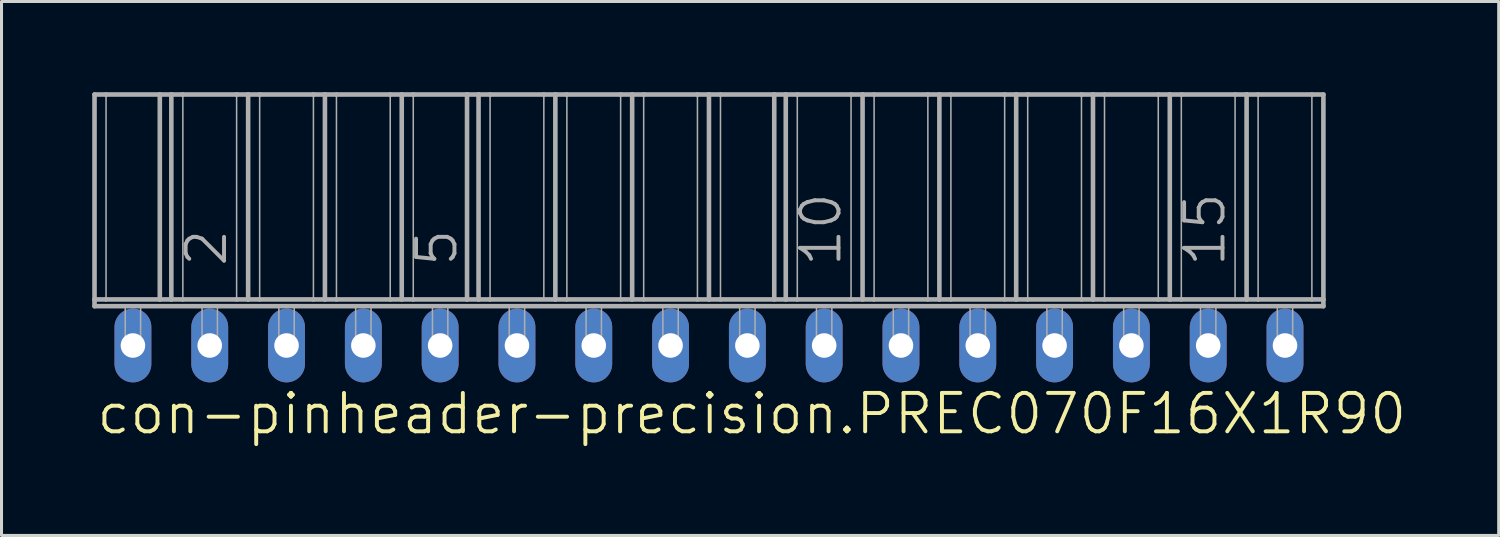
<source format=kicad_pcb>
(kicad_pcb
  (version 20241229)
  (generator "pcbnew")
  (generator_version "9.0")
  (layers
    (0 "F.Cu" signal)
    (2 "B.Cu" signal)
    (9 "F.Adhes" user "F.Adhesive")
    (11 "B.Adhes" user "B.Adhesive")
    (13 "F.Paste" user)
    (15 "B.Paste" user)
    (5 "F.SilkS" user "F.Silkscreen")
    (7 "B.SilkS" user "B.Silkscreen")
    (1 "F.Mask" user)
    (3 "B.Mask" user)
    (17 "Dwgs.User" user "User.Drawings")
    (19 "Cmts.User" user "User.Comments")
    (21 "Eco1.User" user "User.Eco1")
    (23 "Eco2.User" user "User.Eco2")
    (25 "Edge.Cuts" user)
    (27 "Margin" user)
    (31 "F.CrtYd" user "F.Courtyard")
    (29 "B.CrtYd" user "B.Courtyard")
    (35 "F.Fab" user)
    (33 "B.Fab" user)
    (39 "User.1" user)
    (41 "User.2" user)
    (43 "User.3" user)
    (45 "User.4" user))
  (footprint "con-pinheader-precision.PREC070F16X1R90"
    (layer "F.Cu")
    (at 20.396 8.376)
    (property "Reference" "con-pinheader-precision.PREC070F16X1R90" (at -20.32 3 0) (layer "F.SilkS") (effects (font (size 1.27 1.27) (thickness 0.13)) (justify left bottom)))
    (attr through_hole)
    (fp_line (start -20.32 -8.3) (end -20.32 -1.524) (stroke (width 0.152) (type default)) (layer "F.Fab"))
    (fp_line (start -20.32 -8.3) (end -19.939 -8.3) (stroke (width 0.152) (type default)) (layer "F.Fab"))
    (fp_line (start -20.32 -1.524) (end -19.939 -1.524) (stroke (width 0.152) (type default)) (layer "F.Fab"))
    (fp_line (start -20.32 -1.3) (end -20.32 -1.524) (stroke (width 0.152) (type default)) (layer "F.Fab"))
    (fp_line (start -20.32 -1.3) (end 20.32 -1.3) (stroke (width 0.152) (type default)) (layer "F.Fab"))
    (fp_line (start -19.939 -8.3) (end -19.939 -1.524) (stroke (width 0.051) (type default)) (layer "F.Fab"))
    (fp_line (start -19.939 -8.3) (end -18.161 -8.3) (stroke (width 0.152) (type default)) (layer "F.Fab"))
    (fp_line (start -19.939 -1.524) (end -18.161 -1.524) (stroke (width 0.152) (type default)) (layer "F.Fab"))
    (fp_line (start -18.161 -8.3) (end -18.161 -1.524) (stroke (width 0.152) (type default)) (layer "F.Fab"))
    (fp_line (start -18.161 -8.3) (end -17.78 -8.3) (stroke (width 0.152) (type default)) (layer "F.Fab"))
    (fp_line (start -18.161 -1.524) (end -17.78 -1.524) (stroke (width 0.152) (type default)) (layer "F.Fab"))
    (fp_line (start -17.78 -8.3) (end -17.78 -1.524) (stroke (width 0.152) (type default)) (layer "F.Fab"))
    (fp_line (start -17.78 -8.3) (end -17.399 -8.3) (stroke (width 0.152) (type default)) (layer "F.Fab"))
    (fp_line (start -17.78 -1.524) (end -17.399 -1.524) (stroke (width 0.152) (type default)) (layer "F.Fab"))
    (fp_line (start -17.399 -8.3) (end -17.399 -1.524) (stroke (width 0.051) (type default)) (layer "F.Fab"))
    (fp_line (start -17.399 -8.3) (end -15.621 -8.3) (stroke (width 0.152) (type default)) (layer "F.Fab"))
    (fp_line (start -17.399 -1.524) (end -15.621 -1.524) (stroke (width 0.152) (type default)) (layer "F.Fab"))
    (fp_line (start -15.621 -8.3) (end -15.621 -1.524) (stroke (width 0.051) (type default)) (layer "F.Fab"))
    (fp_line (start -15.621 -8.3) (end -15.24 -8.3) (stroke (width 0.152) (type default)) (layer "F.Fab"))
    (fp_line (start -15.621 -1.524) (end -15.24 -1.524) (stroke (width 0.152) (type default)) (layer "F.Fab"))
    (fp_line (start -15.24 -8.3) (end -15.24 -1.524) (stroke (width 0.152) (type default)) (layer "F.Fab"))
    (fp_line (start -15.24 -8.3) (end -14.859 -8.3) (stroke (width 0.152) (type default)) (layer "F.Fab"))
    (fp_line (start -15.24 -1.524) (end -14.859 -1.524) (stroke (width 0.152) (type default)) (layer "F.Fab"))
    (fp_line (start -14.859 -8.3) (end -14.859 -1.524) (stroke (width 0.051) (type default)) (layer "F.Fab"))
    (fp_line (start -14.859 -8.3) (end -13.081 -8.3) (stroke (width 0.152) (type default)) (layer "F.Fab"))
    (fp_line (start -14.859 -1.524) (end -13.081 -1.524) (stroke (width 0.152) (type default)) (layer "F.Fab"))
    (fp_line (start -13.081 -8.3) (end -13.081 -1.524) (stroke (width 0.051) (type default)) (layer "F.Fab"))
    (fp_line (start -13.081 -8.3) (end -12.7 -8.3) (stroke (width 0.152) (type default)) (layer "F.Fab"))
    (fp_line (start -13.081 -1.524) (end -12.7 -1.524) (stroke (width 0.152) (type default)) (layer "F.Fab"))
    (fp_line (start -12.7 -8.3) (end -12.7 -1.524) (stroke (width 0.152) (type default)) (layer "F.Fab"))
    (fp_line (start -12.7 -8.3) (end -12.319 -8.3) (stroke (width 0.152) (type default)) (layer "F.Fab"))
    (fp_line (start -12.7 -1.524) (end -12.319 -1.524) (stroke (width 0.152) (type default)) (layer "F.Fab"))
    (fp_line (start -12.319 -8.3) (end -12.319 -1.524) (stroke (width 0.051) (type default)) (layer "F.Fab"))
    (fp_line (start -12.319 -8.3) (end -10.541 -8.3) (stroke (width 0.152) (type default)) (layer "F.Fab"))
    (fp_line (start -12.319 -1.524) (end -10.541 -1.524) (stroke (width 0.152) (type default)) (layer "F.Fab"))
    (fp_line (start -10.541 -8.3) (end -10.541 -1.524) (stroke (width 0.051) (type default)) (layer "F.Fab"))
    (fp_line (start -10.541 -8.3) (end -10.16 -8.3) (stroke (width 0.152) (type default)) (layer "F.Fab"))
    (fp_line (start -10.541 -1.524) (end -10.16 -1.524) (stroke (width 0.152) (type default)) (layer "F.Fab"))
    (fp_line (start -10.16 -8.3) (end -10.16 -1.524) (stroke (width 0.152) (type default)) (layer "F.Fab"))
    (fp_line (start -10.16 -8.3) (end -9.779 -8.3) (stroke (width 0.152) (type default)) (layer "F.Fab"))
    (fp_line (start -10.16 -1.524) (end -9.779 -1.524) (stroke (width 0.152) (type default)) (layer "F.Fab"))
    (fp_line (start -9.779 -8.3) (end -9.779 -1.524) (stroke (width 0.051) (type default)) (layer "F.Fab"))
    (fp_line (start -9.779 -8.3) (end -8.001 -8.3) (stroke (width 0.152) (type default)) (layer "F.Fab"))
    (fp_line (start -9.779 -1.524) (end -8.001 -1.524) (stroke (width 0.152) (type default)) (layer "F.Fab"))
    (fp_line (start -8.001 -8.3) (end -8.001 -1.524) (stroke (width 0.152) (type default)) (layer "F.Fab"))
    (fp_line (start -8.001 -8.3) (end -7.62 -8.3) (stroke (width 0.152) (type default)) (layer "F.Fab"))
    (fp_line (start -8.001 -1.524) (end -7.62 -1.524) (stroke (width 0.152) (type default)) (layer "F.Fab"))
    (fp_line (start -7.62 -8.3) (end -7.62 -1.524) (stroke (width 0.152) (type default)) (layer "F.Fab"))
    (fp_line (start -7.62 -8.3) (end -7.239 -8.3) (stroke (width 0.152) (type default)) (layer "F.Fab"))
    (fp_line (start -7.62 -1.524) (end -7.239 -1.524) (stroke (width 0.152) (type default)) (layer "F.Fab"))
    (fp_line (start -7.239 -8.3) (end -7.239 -1.524) (stroke (width 0.051) (type default)) (layer "F.Fab"))
    (fp_line (start -7.239 -8.3) (end -5.461 -8.3) (stroke (width 0.152) (type default)) (layer "F.Fab"))
    (fp_line (start -7.239 -1.524) (end -5.08 -1.524) (stroke (width 0.152) (type default)) (layer "F.Fab"))
    (fp_line (start -5.461 -8.3) (end -5.461 -1.524) (stroke (width 0.051) (type default)) (layer "F.Fab"))
    (fp_line (start -5.461 -8.3) (end -5.08 -8.3) (stroke (width 0.152) (type default)) (layer "F.Fab"))
    (fp_line (start -5.08 -8.3) (end -5.08 -1.524) (stroke (width 0.152) (type default)) (layer "F.Fab"))
    (fp_line (start -5.08 -8.3) (end -4.699 -8.3) (stroke (width 0.152) (type default)) (layer "F.Fab"))
    (fp_line (start -5.08 -1.524) (end -4.699 -1.524) (stroke (width 0.152) (type default)) (layer "F.Fab"))
    (fp_line (start -4.699 -8.3) (end -4.699 -1.524) (stroke (width 0.051) (type default)) (layer "F.Fab"))
    (fp_line (start -4.699 -8.3) (end -2.921 -8.3) (stroke (width 0.152) (type default)) (layer "F.Fab"))
    (fp_line (start -4.699 -1.524) (end -2.921 -1.524) (stroke (width 0.152) (type default)) (layer "F.Fab"))
    (fp_line (start -2.921 -8.3) (end -2.921 -1.524) (stroke (width 0.051) (type default)) (layer "F.Fab"))
    (fp_line (start -2.921 -8.3) (end -2.54 -8.3) (stroke (width 0.152) (type default)) (layer "F.Fab"))
    (fp_line (start -2.921 -1.524) (end -2.54 -1.524) (stroke (width 0.152) (type default)) (layer "F.Fab"))
    (fp_line (start -2.54 -8.3) (end -2.159 -8.3) (stroke (width 0.152) (type default)) (layer "F.Fab"))
    (fp_line (start -2.54 -1.524) (end -2.54 -8.3) (stroke (width 0.152) (type default)) (layer "F.Fab"))
    (fp_line (start -2.54 -1.524) (end -2.159 -1.524) (stroke (width 0.152) (type default)) (layer "F.Fab"))
    (fp_line (start -2.159 -8.3) (end -2.159 -1.524) (stroke (width 0.051) (type default)) (layer "F.Fab"))
    (fp_line (start -2.159 -8.3) (end -0.381 -8.3) (stroke (width 0.152) (type default)) (layer "F.Fab"))
    (fp_line (start -2.159 -1.524) (end -0.381 -1.524) (stroke (width 0.152) (type default)) (layer "F.Fab"))
    (fp_line (start -0.381 -8.3) (end -0.381 -1.524) (stroke (width 0.051) (type default)) (layer "F.Fab"))
    (fp_line (start -0.381 -8.3) (end 0 -8.3) (stroke (width 0.152) (type default)) (layer "F.Fab"))
    (fp_line (start -0.381 -1.524) (end 0 -1.524) (stroke (width 0.152) (type default)) (layer "F.Fab"))
    (fp_line (start 0 -8.3) (end 0 -1.524) (stroke (width 0.152) (type default)) (layer "F.Fab"))
    (fp_line (start 0 -8.3) (end 0.381 -8.3) (stroke (width 0.152) (type default)) (layer "F.Fab"))
    (fp_line (start 0 -1.524) (end 0.381 -1.524) (stroke (width 0.152) (type default)) (layer "F.Fab"))
    (fp_line (start 0.381 -8.3) (end 0.381 -1.524) (stroke (width 0.051) (type default)) (layer "F.Fab"))
    (fp_line (start 0.381 -8.3) (end 2.159 -8.3) (stroke (width 0.152) (type default)) (layer "F.Fab"))
    (fp_line (start 0.381 -1.524) (end 2.159 -1.524) (stroke (width 0.152) (type default)) (layer "F.Fab"))
    (fp_line (start 2.159 -8.3) (end 2.159 -1.524) (stroke (width 0.152) (type default)) (layer "F.Fab"))
    (fp_line (start 2.159 -8.3) (end 2.54 -8.3) (stroke (width 0.152) (type default)) (layer "F.Fab"))
    (fp_line (start 2.159 -1.524) (end 2.54 -1.524) (stroke (width 0.152) (type default)) (layer "F.Fab"))
    (fp_line (start 2.54 -8.3) (end 2.54 -1.524) (stroke (width 0.152) (type default)) (layer "F.Fab"))
    (fp_line (start 2.54 -8.3) (end 2.921 -8.3) (stroke (width 0.152) (type default)) (layer "F.Fab"))
    (fp_line (start 2.54 -1.524) (end 2.921 -1.524) (stroke (width 0.152) (type default)) (layer "F.Fab"))
    (fp_line (start 2.921 -8.3) (end 2.921 -1.524) (stroke (width 0.051) (type default)) (layer "F.Fab"))
    (fp_line (start 2.921 -8.3) (end 4.699 -8.3) (stroke (width 0.152) (type default)) (layer "F.Fab"))
    (fp_line (start 2.921 -1.524) (end 4.699 -1.524) (stroke (width 0.152) (type default)) (layer "F.Fab"))
    (fp_line (start 4.699 -8.3) (end 4.699 -1.524) (stroke (width 0.051) (type default)) (layer "F.Fab"))
    (fp_line (start 4.699 -8.3) (end 5.08 -8.3) (stroke (width 0.152) (type default)) (layer "F.Fab"))
    (fp_line (start 4.699 -1.524) (end 5.08 -1.524) (stroke (width 0.152) (type default)) (layer "F.Fab"))
    (fp_line (start 5.08 -8.3) (end 5.08 -1.524) (stroke (width 0.152) (type default)) (layer "F.Fab"))
    (fp_line (start 5.08 -8.3) (end 5.461 -8.3) (stroke (width 0.152) (type default)) (layer "F.Fab"))
    (fp_line (start 5.08 -1.524) (end 5.461 -1.524) (stroke (width 0.152) (type default)) (layer "F.Fab"))
    (fp_line (start 5.461 -8.3) (end 5.461 -1.524) (stroke (width 0.051) (type default)) (layer "F.Fab"))
    (fp_line (start 5.461 -8.3) (end 7.239 -8.3) (stroke (width 0.152) (type default)) (layer "F.Fab"))
    (fp_line (start 5.461 -1.524) (end 7.239 -1.524) (stroke (width 0.152) (type default)) (layer "F.Fab"))
    (fp_line (start 7.239 -8.3) (end 7.239 -1.524) (stroke (width 0.051) (type default)) (layer "F.Fab"))
    (fp_line (start 7.239 -8.3) (end 7.62 -8.3) (stroke (width 0.152) (type default)) (layer "F.Fab"))
    (fp_line (start 7.239 -1.524) (end 7.62 -1.524) (stroke (width 0.152) (type default)) (layer "F.Fab"))
    (fp_line (start 7.62 -8.3) (end 7.62 -1.524) (stroke (width 0.152) (type default)) (layer "F.Fab"))
    (fp_line (start 7.62 -8.3) (end 8.001 -8.3) (stroke (width 0.152) (type default)) (layer "F.Fab"))
    (fp_line (start 7.62 -1.524) (end 8.001 -1.524) (stroke (width 0.152) (type default)) (layer "F.Fab"))
    (fp_line (start 8.001 -8.3) (end 8.001 -1.524) (stroke (width 0.051) (type default)) (layer "F.Fab"))
    (fp_line (start 8.001 -8.3) (end 9.779 -8.3) (stroke (width 0.152) (type default)) (layer "F.Fab"))
    (fp_line (start 8.001 -1.524) (end 9.779 -1.524) (stroke (width 0.152) (type default)) (layer "F.Fab"))
    (fp_line (start 9.779 -8.3) (end 9.779 -1.524) (stroke (width 0.051) (type default)) (layer "F.Fab"))
    (fp_line (start 9.779 -8.3) (end 10.16 -8.3) (stroke (width 0.152) (type default)) (layer "F.Fab"))
    (fp_line (start 9.779 -1.524) (end 10.16 -1.524) (stroke (width 0.152) (type default)) (layer "F.Fab"))
    (fp_line (start 10.16 -8.3) (end 10.16 -1.524) (stroke (width 0.152) (type default)) (layer "F.Fab"))
    (fp_line (start 10.16 -8.3) (end 10.541 -8.3) (stroke (width 0.152) (type default)) (layer "F.Fab"))
    (fp_line (start 10.16 -1.524) (end 10.541 -1.524) (stroke (width 0.152) (type default)) (layer "F.Fab"))
    (fp_line (start 10.541 -8.3) (end 10.541 -1.524) (stroke (width 0.051) (type default)) (layer "F.Fab"))
    (fp_line (start 10.541 -8.3) (end 12.319 -8.3) (stroke (width 0.152) (type default)) (layer "F.Fab"))
    (fp_line (start 10.541 -1.524) (end 12.319 -1.524) (stroke (width 0.152) (type default)) (layer "F.Fab"))
    (fp_line (start 12.319 -8.3) (end 12.319 -1.524) (stroke (width 0.051) (type default)) (layer "F.Fab"))
    (fp_line (start 12.319 -8.3) (end 12.7 -8.3) (stroke (width 0.152) (type default)) (layer "F.Fab"))
    (fp_line (start 12.319 -1.524) (end 12.7 -1.524) (stroke (width 0.152) (type default)) (layer "F.Fab"))
    (fp_line (start 12.7 -8.3) (end 12.7 -1.524) (stroke (width 0.152) (type default)) (layer "F.Fab"))
    (fp_line (start 12.7 -8.3) (end 13.081 -8.3) (stroke (width 0.152) (type default)) (layer "F.Fab"))
    (fp_line (start 12.7 -1.524) (end 13.081 -1.524) (stroke (width 0.152) (type default)) (layer "F.Fab"))
    (fp_line (start 13.081 -8.3) (end 13.081 -1.524) (stroke (width 0.051) (type default)) (layer "F.Fab"))
    (fp_line (start 13.081 -8.3) (end 14.859 -8.3) (stroke (width 0.152) (type default)) (layer "F.Fab"))
    (fp_line (start 13.081 -1.524) (end 14.859 -1.524) (stroke (width 0.152) (type default)) (layer "F.Fab"))
    (fp_line (start 14.859 -8.3) (end 14.859 -1.524) (stroke (width 0.051) (type default)) (layer "F.Fab"))
    (fp_line (start 14.859 -8.3) (end 15.24 -8.3) (stroke (width 0.152) (type default)) (layer "F.Fab"))
    (fp_line (start 14.859 -1.524) (end 15.24 -1.524) (stroke (width 0.152) (type default)) (layer "F.Fab"))
    (fp_line (start 15.24 -8.3) (end 15.24 -1.524) (stroke (width 0.152) (type default)) (layer "F.Fab"))
    (fp_line (start 15.24 -8.3) (end 15.621 -8.3) (stroke (width 0.152) (type default)) (layer "F.Fab"))
    (fp_line (start 15.24 -1.524) (end 15.621 -1.524) (stroke (width 0.152) (type default)) (layer "F.Fab"))
    (fp_line (start 15.621 -8.3) (end 15.621 -1.524) (stroke (width 0.051) (type default)) (layer "F.Fab"))
    (fp_line (start 15.621 -8.3) (end 17.399 -8.3) (stroke (width 0.152) (type default)) (layer "F.Fab"))
    (fp_line (start 15.621 -1.524) (end 17.78 -1.524) (stroke (width 0.152) (type default)) (layer "F.Fab"))
    (fp_line (start 17.399 -8.3) (end 17.399 -1.524) (stroke (width 0.051) (type default)) (layer "F.Fab"))
    (fp_line (start 17.399 -8.3) (end 17.78 -8.3) (stroke (width 0.152) (type default)) (layer "F.Fab"))
    (fp_line (start 17.78 -8.3) (end 17.78 -1.524) (stroke (width 0.152) (type default)) (layer "F.Fab"))
    (fp_line (start 17.78 -8.3) (end 18.161 -8.3) (stroke (width 0.152) (type default)) (layer "F.Fab"))
    (fp_line (start 17.78 -1.524) (end 18.161 -1.524) (stroke (width 0.152) (type default)) (layer "F.Fab"))
    (fp_line (start 18.161 -8.3) (end 18.161 -1.524) (stroke (width 0.051) (type default)) (layer "F.Fab"))
    (fp_line (start 18.161 -8.3) (end 19.939 -8.3) (stroke (width 0.152) (type default)) (layer "F.Fab"))
    (fp_line (start 18.161 -1.524) (end 19.939 -1.524) (stroke (width 0.152) (type default)) (layer "F.Fab"))
    (fp_line (start 19.939 -8.3) (end 19.939 -1.524) (stroke (width 0.051) (type default)) (layer "F.Fab"))
    (fp_line (start 19.939 -8.3) (end 20.32 -8.3) (stroke (width 0.152) (type default)) (layer "F.Fab"))
    (fp_line (start 19.939 -1.524) (end 20.32 -1.524) (stroke (width 0.152) (type default)) (layer "F.Fab"))
    (fp_line (start 20.32 -8.3) (end 20.32 -1.524) (stroke (width 0.152) (type default)) (layer "F.Fab"))
    (fp_line (start 20.32 -1.524) (end 20.32 -1.3) (stroke (width 0.152) (type default)) (layer "F.Fab"))
    (fp_rect (start -19.304 0) (end -18.796 -1.3) (stroke (width 0.05) (type default)) (fill no) (layer "F.Fab"))
    (fp_rect (start -16.764 0) (end -16.256 -1.3) (stroke (width 0.05) (type default)) (fill no) (layer "F.Fab"))
    (fp_rect (start -14.224 0) (end -13.716 -1.3) (stroke (width 0.05) (type default)) (fill no) (layer "F.Fab"))
    (fp_rect (start -11.684 0) (end -11.176 -1.3) (stroke (width 0.05) (type default)) (fill no) (layer "F.Fab"))
    (fp_rect (start -9.144 0) (end -8.636 -1.3) (stroke (width 0.05) (type default)) (fill no) (layer "F.Fab"))
    (fp_rect (start -6.604 0) (end -6.096 -1.3) (stroke (width 0.05) (type default)) (fill no) (layer "F.Fab"))
    (fp_rect (start -4.064 0) (end -3.556 -1.3) (stroke (width 0.05) (type default)) (fill no) (layer "F.Fab"))
    (fp_rect (start -1.524 0) (end -1.016 -1.3) (stroke (width 0.05) (type default)) (fill no) (layer "F.Fab"))
    (fp_rect (start 1.016 0) (end 1.524 -1.3) (stroke (width 0.05) (type default)) (fill no) (layer "F.Fab"))
    (fp_rect (start 3.556 0) (end 4.064 -1.3) (stroke (width 0.05) (type default)) (fill no) (layer "F.Fab"))
    (fp_rect (start 6.096 0) (end 6.604 -1.3) (stroke (width 0.05) (type default)) (fill no) (layer "F.Fab"))
    (fp_rect (start 8.636 0) (end 9.144 -1.3) (stroke (width 0.05) (type default)) (fill no) (layer "F.Fab"))
    (fp_rect (start 11.176 0) (end 11.684 -1.3) (stroke (width 0.05) (type default)) (fill no) (layer "F.Fab"))
    (fp_rect (start 13.716 0) (end 14.224 -1.3) (stroke (width 0.05) (type default)) (fill no) (layer "F.Fab"))
    (fp_rect (start 16.256 0) (end 16.764 -1.3) (stroke (width 0.05) (type default)) (fill no) (layer "F.Fab"))
    (fp_rect (start 18.796 0) (end 19.304 -1.3) (stroke (width 0.05) (type default)) (fill no) (layer "F.Fab"))
    (fp_text user "10" (at 4.445 -2.54 90) (layer "F.Fab") (effects (font (size 1.27 1.27) (thickness 0.13)) (justify left bottom)))
    (fp_text user "15" (at 17.145 -2.54 90) (layer "F.Fab") (effects (font (size 1.27 1.27) (thickness 0.13)) (justify left bottom)))
    (fp_text user "5" (at -8.255 -2.54 90) (layer "F.Fab") (effects (font (size 1.27 1.27) (thickness 0.13)) (justify left bottom)))
    (fp_text user "2" (at -15.875 -2.54 90) (layer "F.Fab") (effects (font (size 1.27 1.27) (thickness 0.13)) (justify left bottom)))
    (pad "1" thru_hole oval (at -19.05 0 90) (size 2.438 1.219) (drill 0.813) (layers "*.Cu" "*.Mask"))
    (pad "2" thru_hole oval (at -16.51 0 90) (size 2.438 1.219) (drill 0.813) (layers "*.Cu" "*.Mask"))
    (pad "3" thru_hole oval (at -13.97 0 90) (size 2.438 1.219) (drill 0.813) (layers "*.Cu" "*.Mask"))
    (pad "4" thru_hole oval (at -11.43 0 90) (size 2.438 1.219) (drill 0.813) (layers "*.Cu" "*.Mask"))
    (pad "5" thru_hole oval (at -8.89 0 90) (size 2.438 1.219) (drill 0.813) (layers "*.Cu" "*.Mask"))
    (pad "6" thru_hole oval (at -6.35 0 90) (size 2.438 1.219) (drill 0.813) (layers "*.Cu" "*.Mask"))
    (pad "7" thru_hole oval (at -3.81 0 90) (size 2.438 1.219) (drill 0.813) (layers "*.Cu" "*.Mask"))
    (pad "8" thru_hole oval (at -1.27 0 90) (size 2.438 1.219) (drill 0.813) (layers "*.Cu" "*.Mask"))
    (pad "9" thru_hole oval (at 1.27 0 90) (size 2.438 1.219) (drill 0.813) (layers "*.Cu" "*.Mask"))
    (pad "10" thru_hole oval (at 3.81 0 90) (size 2.438 1.219) (drill 0.813) (layers "*.Cu" "*.Mask"))
    (pad "11" thru_hole oval (at 6.35 0 90) (size 2.438 1.219) (drill 0.813) (layers "*.Cu" "*.Mask"))
    (pad "12" thru_hole oval (at 8.89 0 90) (size 2.438 1.219) (drill 0.813) (layers "*.Cu" "*.Mask"))
    (pad "13" thru_hole oval (at 11.43 0 90) (size 2.438 1.219) (drill 0.813) (layers "*.Cu" "*.Mask"))
    (pad "14" thru_hole oval (at 13.97 0 90) (size 2.438 1.219) (drill 0.813) (layers "*.Cu" "*.Mask"))
    (pad "15" thru_hole oval (at 16.51 0 90) (size 2.438 1.219) (drill 0.813) (layers "*.Cu" "*.Mask"))
    (pad "16" thru_hole oval (at 19.05 0 90) (size 2.438 1.219) (drill 0.813) (layers "*.Cu" "*.Mask")))
  (gr_rect
    (start -3 -3)
    (end 46.513 14.658)
    (stroke (width 0.1) (type default))
    (fill no)
    (layer "Edge.Cuts")))
</source>
